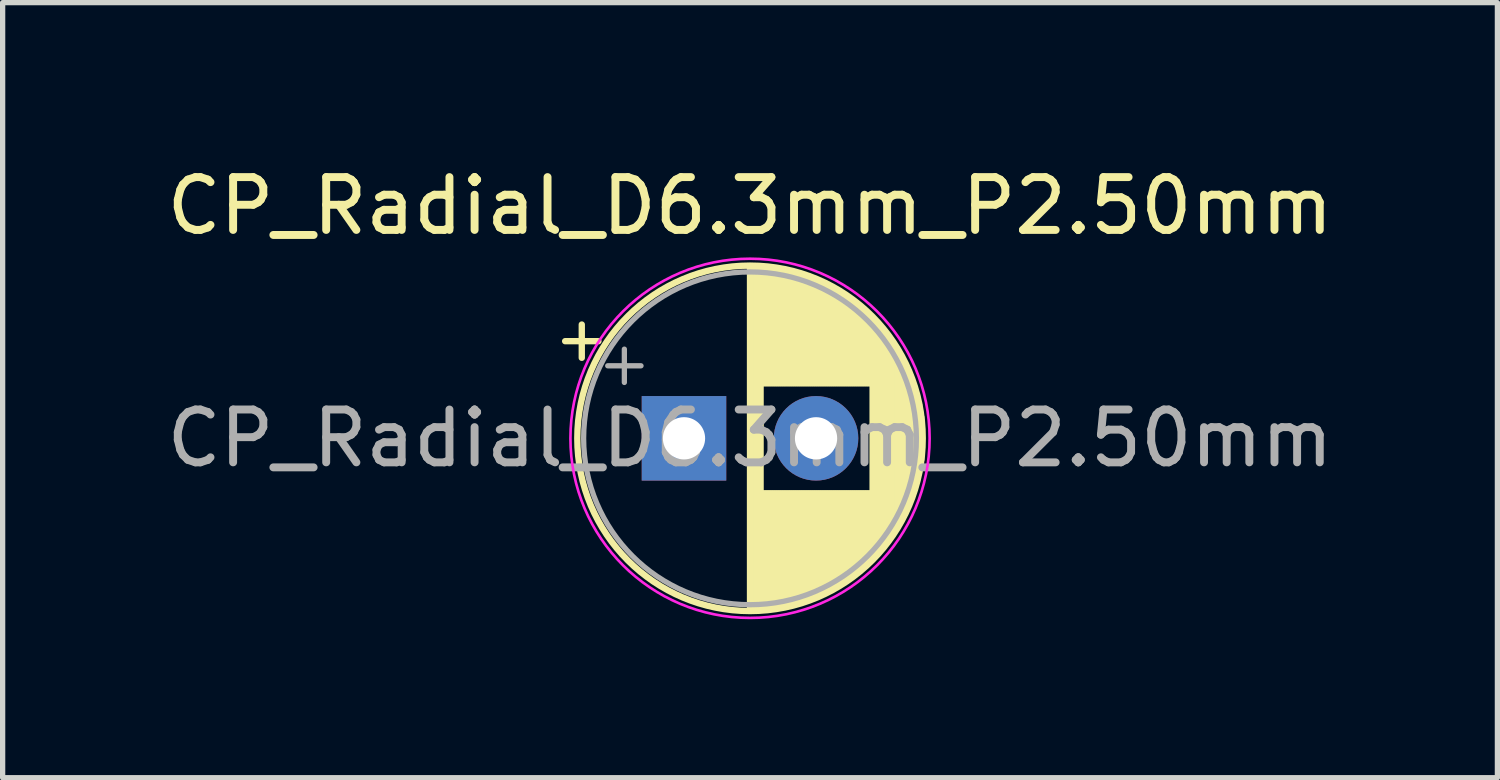
<source format=kicad_pcb>
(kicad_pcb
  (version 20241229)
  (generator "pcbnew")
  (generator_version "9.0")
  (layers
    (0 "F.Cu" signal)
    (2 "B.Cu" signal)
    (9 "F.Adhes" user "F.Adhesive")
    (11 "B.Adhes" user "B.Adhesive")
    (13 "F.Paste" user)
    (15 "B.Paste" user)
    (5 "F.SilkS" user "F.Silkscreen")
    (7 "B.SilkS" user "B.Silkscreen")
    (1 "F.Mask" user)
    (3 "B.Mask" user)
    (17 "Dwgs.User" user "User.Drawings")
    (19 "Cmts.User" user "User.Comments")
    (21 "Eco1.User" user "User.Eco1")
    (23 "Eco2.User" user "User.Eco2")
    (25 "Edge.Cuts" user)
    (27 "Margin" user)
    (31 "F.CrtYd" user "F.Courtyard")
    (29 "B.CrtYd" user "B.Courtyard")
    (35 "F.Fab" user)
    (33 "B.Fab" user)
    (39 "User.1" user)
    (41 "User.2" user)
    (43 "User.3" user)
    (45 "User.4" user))
  (footprint "CP_Radial_D6.3mm_P2.50mm"
    (layer "F.Cu")
    (at 9.899 5.248)
    (property "Reference" "CP_Radial_D6.3mm_P2.50mm" (at 1.25 -4.4 180) (layer "F.SilkS") (effects (font (size 1 1) (thickness 0.15))))
    (attr through_hole)
    (fp_line (start -2.25 -1.839) (end -1.62 -1.839) (stroke (width 0.12) (type solid)) (layer "F.SilkS"))
    (fp_line (start -1.935 -2.154) (end -1.935 -1.524) (stroke (width 0.12) (type solid)) (layer "F.SilkS"))
    (fp_line (start 1.25 -3.23) (end 1.25 3.23) (stroke (width 0.12) (type solid)) (layer "F.SilkS"))
    (fp_line (start 1.29 -3.23) (end 1.29 3.23) (stroke (width 0.12) (type solid)) (layer "F.SilkS"))
    (fp_line (start 1.33 -3.23) (end 1.33 3.23) (stroke (width 0.12) (type solid)) (layer "F.SilkS"))
    (fp_line (start 1.37 -3.228) (end 1.37 3.228) (stroke (width 0.12) (type solid)) (layer "F.SilkS"))
    (fp_line (start 1.41 -3.227) (end 1.41 3.227) (stroke (width 0.12) (type solid)) (layer "F.SilkS"))
    (fp_line (start 1.45 -3.224) (end 1.45 3.224) (stroke (width 0.12) (type solid)) (layer "F.SilkS"))
    (fp_line (start 1.49 -3.222) (end 1.49 -1.04) (stroke (width 0.12) (type solid)) (layer "F.SilkS"))
    (fp_line (start 1.49 1.04) (end 1.49 3.222) (stroke (width 0.12) (type solid)) (layer "F.SilkS"))
    (fp_line (start 1.53 -3.218) (end 1.53 -1.04) (stroke (width 0.12) (type solid)) (layer "F.SilkS"))
    (fp_line (start 1.53 1.04) (end 1.53 3.218) (stroke (width 0.12) (type solid)) (layer "F.SilkS"))
    (fp_line (start 1.57 -3.215) (end 1.57 -1.04) (stroke (width 0.12) (type solid)) (layer "F.SilkS"))
    (fp_line (start 1.57 1.04) (end 1.57 3.215) (stroke (width 0.12) (type solid)) (layer "F.SilkS"))
    (fp_line (start 1.61 -3.211) (end 1.61 -1.04) (stroke (width 0.12) (type solid)) (layer "F.SilkS"))
    (fp_line (start 1.61 1.04) (end 1.61 3.211) (stroke (width 0.12) (type solid)) (layer "F.SilkS"))
    (fp_line (start 1.65 -3.206) (end 1.65 -1.04) (stroke (width 0.12) (type solid)) (layer "F.SilkS"))
    (fp_line (start 1.65 1.04) (end 1.65 3.206) (stroke (width 0.12) (type solid)) (layer "F.SilkS"))
    (fp_line (start 1.69 -3.201) (end 1.69 -1.04) (stroke (width 0.12) (type solid)) (layer "F.SilkS"))
    (fp_line (start 1.69 1.04) (end 1.69 3.201) (stroke (width 0.12) (type solid)) (layer "F.SilkS"))
    (fp_line (start 1.73 -3.195) (end 1.73 -1.04) (stroke (width 0.12) (type solid)) (layer "F.SilkS"))
    (fp_line (start 1.73 1.04) (end 1.73 3.195) (stroke (width 0.12) (type solid)) (layer "F.SilkS"))
    (fp_line (start 1.77 -3.189) (end 1.77 -1.04) (stroke (width 0.12) (type solid)) (layer "F.SilkS"))
    (fp_line (start 1.77 1.04) (end 1.77 3.189) (stroke (width 0.12) (type solid)) (layer "F.SilkS"))
    (fp_line (start 1.81 -3.182) (end 1.81 -1.04) (stroke (width 0.12) (type solid)) (layer "F.SilkS"))
    (fp_line (start 1.81 1.04) (end 1.81 3.182) (stroke (width 0.12) (type solid)) (layer "F.SilkS"))
    (fp_line (start 1.85 -3.175) (end 1.85 -1.04) (stroke (width 0.12) (type solid)) (layer "F.SilkS"))
    (fp_line (start 1.85 1.04) (end 1.85 3.175) (stroke (width 0.12) (type solid)) (layer "F.SilkS"))
    (fp_line (start 1.89 -3.167) (end 1.89 -1.04) (stroke (width 0.12) (type solid)) (layer "F.SilkS"))
    (fp_line (start 1.89 1.04) (end 1.89 3.167) (stroke (width 0.12) (type solid)) (layer "F.SilkS"))
    (fp_line (start 1.93 -3.159) (end 1.93 -1.04) (stroke (width 0.12) (type solid)) (layer "F.SilkS"))
    (fp_line (start 1.93 1.04) (end 1.93 3.159) (stroke (width 0.12) (type solid)) (layer "F.SilkS"))
    (fp_line (start 1.971 -3.15) (end 1.971 -1.04) (stroke (width 0.12) (type solid)) (layer "F.SilkS"))
    (fp_line (start 1.971 1.04) (end 1.971 3.15) (stroke (width 0.12) (type solid)) (layer "F.SilkS"))
    (fp_line (start 2.011 -3.141) (end 2.011 -1.04) (stroke (width 0.12) (type solid)) (layer "F.SilkS"))
    (fp_line (start 2.011 1.04) (end 2.011 3.141) (stroke (width 0.12) (type solid)) (layer "F.SilkS"))
    (fp_line (start 2.051 -3.131) (end 2.051 -1.04) (stroke (width 0.12) (type solid)) (layer "F.SilkS"))
    (fp_line (start 2.051 1.04) (end 2.051 3.131) (stroke (width 0.12) (type solid)) (layer "F.SilkS"))
    (fp_line (start 2.091 -3.121) (end 2.091 -1.04) (stroke (width 0.12) (type solid)) (layer "F.SilkS"))
    (fp_line (start 2.091 1.04) (end 2.091 3.121) (stroke (width 0.12) (type solid)) (layer "F.SilkS"))
    (fp_line (start 2.131 -3.11) (end 2.131 -1.04) (stroke (width 0.12) (type solid)) (layer "F.SilkS"))
    (fp_line (start 2.131 1.04) (end 2.131 3.11) (stroke (width 0.12) (type solid)) (layer "F.SilkS"))
    (fp_line (start 2.171 -3.098) (end 2.171 -1.04) (stroke (width 0.12) (type solid)) (layer "F.SilkS"))
    (fp_line (start 2.171 1.04) (end 2.171 3.098) (stroke (width 0.12) (type solid)) (layer "F.SilkS"))
    (fp_line (start 2.211 -3.086) (end 2.211 -1.04) (stroke (width 0.12) (type solid)) (layer "F.SilkS"))
    (fp_line (start 2.211 1.04) (end 2.211 3.086) (stroke (width 0.12) (type solid)) (layer "F.SilkS"))
    (fp_line (start 2.251 -3.074) (end 2.251 -1.04) (stroke (width 0.12) (type solid)) (layer "F.SilkS"))
    (fp_line (start 2.251 1.04) (end 2.251 3.074) (stroke (width 0.12) (type solid)) (layer "F.SilkS"))
    (fp_line (start 2.291 -3.061) (end 2.291 -1.04) (stroke (width 0.12) (type solid)) (layer "F.SilkS"))
    (fp_line (start 2.291 1.04) (end 2.291 3.061) (stroke (width 0.12) (type solid)) (layer "F.SilkS"))
    (fp_line (start 2.331 -3.047) (end 2.331 -1.04) (stroke (width 0.12) (type solid)) (layer "F.SilkS"))
    (fp_line (start 2.331 1.04) (end 2.331 3.047) (stroke (width 0.12) (type solid)) (layer "F.SilkS"))
    (fp_line (start 2.371 -3.033) (end 2.371 -1.04) (stroke (width 0.12) (type solid)) (layer "F.SilkS"))
    (fp_line (start 2.371 1.04) (end 2.371 3.033) (stroke (width 0.12) (type solid)) (layer "F.SilkS"))
    (fp_line (start 2.411 -3.018) (end 2.411 -1.04) (stroke (width 0.12) (type solid)) (layer "F.SilkS"))
    (fp_line (start 2.411 1.04) (end 2.411 3.018) (stroke (width 0.12) (type solid)) (layer "F.SilkS"))
    (fp_line (start 2.451 -3.002) (end 2.451 -1.04) (stroke (width 0.12) (type solid)) (layer "F.SilkS"))
    (fp_line (start 2.451 1.04) (end 2.451 3.002) (stroke (width 0.12) (type solid)) (layer "F.SilkS"))
    (fp_line (start 2.491 -2.986) (end 2.491 -1.04) (stroke (width 0.12) (type solid)) (layer "F.SilkS"))
    (fp_line (start 2.491 1.04) (end 2.491 2.986) (stroke (width 0.12) (type solid)) (layer "F.SilkS"))
    (fp_line (start 2.531 -2.97) (end 2.531 -1.04) (stroke (width 0.12) (type solid)) (layer "F.SilkS"))
    (fp_line (start 2.531 1.04) (end 2.531 2.97) (stroke (width 0.12) (type solid)) (layer "F.SilkS"))
    (fp_line (start 2.571 -2.952) (end 2.571 -1.04) (stroke (width 0.12) (type solid)) (layer "F.SilkS"))
    (fp_line (start 2.571 1.04) (end 2.571 2.952) (stroke (width 0.12) (type solid)) (layer "F.SilkS"))
    (fp_line (start 2.611 -2.934) (end 2.611 -1.04) (stroke (width 0.12) (type solid)) (layer "F.SilkS"))
    (fp_line (start 2.611 1.04) (end 2.611 2.934) (stroke (width 0.12) (type solid)) (layer "F.SilkS"))
    (fp_line (start 2.651 -2.916) (end 2.651 -1.04) (stroke (width 0.12) (type solid)) (layer "F.SilkS"))
    (fp_line (start 2.651 1.04) (end 2.651 2.916) (stroke (width 0.12) (type solid)) (layer "F.SilkS"))
    (fp_line (start 2.691 -2.896) (end 2.691 -1.04) (stroke (width 0.12) (type solid)) (layer "F.SilkS"))
    (fp_line (start 2.691 1.04) (end 2.691 2.896) (stroke (width 0.12) (type solid)) (layer "F.SilkS"))
    (fp_line (start 2.731 -2.876) (end 2.731 -1.04) (stroke (width 0.12) (type solid)) (layer "F.SilkS"))
    (fp_line (start 2.731 1.04) (end 2.731 2.876) (stroke (width 0.12) (type solid)) (layer "F.SilkS"))
    (fp_line (start 2.771 -2.856) (end 2.771 -1.04) (stroke (width 0.12) (type solid)) (layer "F.SilkS"))
    (fp_line (start 2.771 1.04) (end 2.771 2.856) (stroke (width 0.12) (type solid)) (layer "F.SilkS"))
    (fp_line (start 2.811 -2.834) (end 2.811 -1.04) (stroke (width 0.12) (type solid)) (layer "F.SilkS"))
    (fp_line (start 2.811 1.04) (end 2.811 2.834) (stroke (width 0.12) (type solid)) (layer "F.SilkS"))
    (fp_line (start 2.851 -2.812) (end 2.851 -1.04) (stroke (width 0.12) (type solid)) (layer "F.SilkS"))
    (fp_line (start 2.851 1.04) (end 2.851 2.812) (stroke (width 0.12) (type solid)) (layer "F.SilkS"))
    (fp_line (start 2.891 -2.79) (end 2.891 -1.04) (stroke (width 0.12) (type solid)) (layer "F.SilkS"))
    (fp_line (start 2.891 1.04) (end 2.891 2.79) (stroke (width 0.12) (type solid)) (layer "F.SilkS"))
    (fp_line (start 2.931 -2.766) (end 2.931 -1.04) (stroke (width 0.12) (type solid)) (layer "F.SilkS"))
    (fp_line (start 2.931 1.04) (end 2.931 2.766) (stroke (width 0.12) (type solid)) (layer "F.SilkS"))
    (fp_line (start 2.971 -2.742) (end 2.971 -1.04) (stroke (width 0.12) (type solid)) (layer "F.SilkS"))
    (fp_line (start 2.971 1.04) (end 2.971 2.742) (stroke (width 0.12) (type solid)) (layer "F.SilkS"))
    (fp_line (start 3.011 -2.716) (end 3.011 -1.04) (stroke (width 0.12) (type solid)) (layer "F.SilkS"))
    (fp_line (start 3.011 1.04) (end 3.011 2.716) (stroke (width 0.12) (type solid)) (layer "F.SilkS"))
    (fp_line (start 3.051 -2.69) (end 3.051 -1.04) (stroke (width 0.12) (type solid)) (layer "F.SilkS"))
    (fp_line (start 3.051 1.04) (end 3.051 2.69) (stroke (width 0.12) (type solid)) (layer "F.SilkS"))
    (fp_line (start 3.091 -2.664) (end 3.091 -1.04) (stroke (width 0.12) (type solid)) (layer "F.SilkS"))
    (fp_line (start 3.091 1.04) (end 3.091 2.664) (stroke (width 0.12) (type solid)) (layer "F.SilkS"))
    (fp_line (start 3.131 -2.636) (end 3.131 -1.04) (stroke (width 0.12) (type solid)) (layer "F.SilkS"))
    (fp_line (start 3.131 1.04) (end 3.131 2.636) (stroke (width 0.12) (type solid)) (layer "F.SilkS"))
    (fp_line (start 3.171 -2.607) (end 3.171 -1.04) (stroke (width 0.12) (type solid)) (layer "F.SilkS"))
    (fp_line (start 3.171 1.04) (end 3.171 2.607) (stroke (width 0.12) (type solid)) (layer "F.SilkS"))
    (fp_line (start 3.211 -2.578) (end 3.211 -1.04) (stroke (width 0.12) (type solid)) (layer "F.SilkS"))
    (fp_line (start 3.211 1.04) (end 3.211 2.578) (stroke (width 0.12) (type solid)) (layer "F.SilkS"))
    (fp_line (start 3.251 -2.548) (end 3.251 -1.04) (stroke (width 0.12) (type solid)) (layer "F.SilkS"))
    (fp_line (start 3.251 1.04) (end 3.251 2.548) (stroke (width 0.12) (type solid)) (layer "F.SilkS"))
    (fp_line (start 3.291 -2.516) (end 3.291 -1.04) (stroke (width 0.12) (type solid)) (layer "F.SilkS"))
    (fp_line (start 3.291 1.04) (end 3.291 2.516) (stroke (width 0.12) (type solid)) (layer "F.SilkS"))
    (fp_line (start 3.331 -2.484) (end 3.331 -1.04) (stroke (width 0.12) (type solid)) (layer "F.SilkS"))
    (fp_line (start 3.331 1.04) (end 3.331 2.484) (stroke (width 0.12) (type solid)) (layer "F.SilkS"))
    (fp_line (start 3.371 -2.45) (end 3.371 -1.04) (stroke (width 0.12) (type solid)) (layer "F.SilkS"))
    (fp_line (start 3.371 1.04) (end 3.371 2.45) (stroke (width 0.12) (type solid)) (layer "F.SilkS"))
    (fp_line (start 3.411 -2.416) (end 3.411 -1.04) (stroke (width 0.12) (type solid)) (layer "F.SilkS"))
    (fp_line (start 3.411 1.04) (end 3.411 2.416) (stroke (width 0.12) (type solid)) (layer "F.SilkS"))
    (fp_line (start 3.451 -2.38) (end 3.451 -1.04) (stroke (width 0.12) (type solid)) (layer "F.SilkS"))
    (fp_line (start 3.451 1.04) (end 3.451 2.38) (stroke (width 0.12) (type solid)) (layer "F.SilkS"))
    (fp_line (start 3.491 -2.343) (end 3.491 -1.04) (stroke (width 0.12) (type solid)) (layer "F.SilkS"))
    (fp_line (start 3.491 1.04) (end 3.491 2.343) (stroke (width 0.12) (type solid)) (layer "F.SilkS"))
    (fp_line (start 3.531 -2.305) (end 3.531 -1.04) (stroke (width 0.12) (type solid)) (layer "F.SilkS"))
    (fp_line (start 3.531 1.04) (end 3.531 2.305) (stroke (width 0.12) (type solid)) (layer "F.SilkS"))
    (fp_line (start 3.571 -2.265) (end 3.571 2.265) (stroke (width 0.12) (type solid)) (layer "F.SilkS"))
    (fp_line (start 3.611 -2.224) (end 3.611 2.224) (stroke (width 0.12) (type solid)) (layer "F.SilkS"))
    (fp_line (start 3.651 -2.182) (end 3.651 2.182) (stroke (width 0.12) (type solid)) (layer "F.SilkS"))
    (fp_line (start 3.691 -2.137) (end 3.691 2.137) (stroke (width 0.12) (type solid)) (layer "F.SilkS"))
    (fp_line (start 3.731 -2.092) (end 3.731 2.092) (stroke (width 0.12) (type solid)) (layer "F.SilkS"))
    (fp_line (start 3.771 -2.044) (end 3.771 2.044) (stroke (width 0.12) (type solid)) (layer "F.SilkS"))
    (fp_line (start 3.811 -1.995) (end 3.811 1.995) (stroke (width 0.12) (type solid)) (layer "F.SilkS"))
    (fp_line (start 3.851 -1.944) (end 3.851 1.944) (stroke (width 0.12) (type solid)) (layer "F.SilkS"))
    (fp_line (start 3.891 -1.89) (end 3.891 1.89) (stroke (width 0.12) (type solid)) (layer "F.SilkS"))
    (fp_line (start 3.931 -1.834) (end 3.931 1.834) (stroke (width 0.12) (type solid)) (layer "F.SilkS"))
    (fp_line (start 3.971 -1.776) (end 3.971 1.776) (stroke (width 0.12) (type solid)) (layer "F.SilkS"))
    (fp_line (start 4.011 -1.714) (end 4.011 1.714) (stroke (width 0.12) (type solid)) (layer "F.SilkS"))
    (fp_line (start 4.051 -1.65) (end 4.051 1.65) (stroke (width 0.12) (type solid)) (layer "F.SilkS"))
    (fp_line (start 4.091 -1.581) (end 4.091 1.581) (stroke (width 0.12) (type solid)) (layer "F.SilkS"))
    (fp_line (start 4.131 -1.509) (end 4.131 1.509) (stroke (width 0.12) (type solid)) (layer "F.SilkS"))
    (fp_line (start 4.171 -1.432) (end 4.171 1.432) (stroke (width 0.12) (type solid)) (layer "F.SilkS"))
    (fp_line (start 4.211 -1.35) (end 4.211 1.35) (stroke (width 0.12) (type solid)) (layer "F.SilkS"))
    (fp_line (start 4.251 -1.262) (end 4.251 1.262) (stroke (width 0.12) (type solid)) (layer "F.SilkS"))
    (fp_line (start 4.291 -1.165) (end 4.291 1.165) (stroke (width 0.12) (type solid)) (layer "F.SilkS"))
    (fp_line (start 4.331 -1.059) (end 4.331 1.059) (stroke (width 0.12) (type solid)) (layer "F.SilkS"))
    (fp_line (start 4.371 -0.94) (end 4.371 0.94) (stroke (width 0.12) (type solid)) (layer "F.SilkS"))
    (fp_line (start 4.411 -0.802) (end 4.411 0.802) (stroke (width 0.12) (type solid)) (layer "F.SilkS"))
    (fp_line (start 4.451 -0.633) (end 4.451 0.633) (stroke (width 0.12) (type solid)) (layer "F.SilkS"))
    (fp_line (start 4.491 -0.402) (end 4.491 0.402) (stroke (width 0.12) (type solid)) (layer "F.SilkS"))
    (fp_circle (center 1.25 0) (end 4.52 0) (stroke (width 0.12) (type solid)) (fill no) (layer "F.SilkS"))
    (fp_circle (center 1.25 0) (end 4.65 0) (stroke (width 0.05) (type solid)) (fill no) (layer "F.CrtYd"))
    (fp_line (start -1.444 -1.373) (end -0.814 -1.373) (stroke (width 0.1) (type solid)) (layer "F.Fab"))
    (fp_line (start -1.129 -1.688) (end -1.129 -1.058) (stroke (width 0.1) (type solid)) (layer "F.Fab"))
    (fp_circle (center 1.25 0) (end 4.4 0) (stroke (width 0.1) (type solid)) (fill no) (layer "F.Fab"))
    (fp_text user "${REFERENCE}" (at 1.25 0 180) (layer "F.Fab") (effects (font (size 1 1) (thickness 0.15))))
    (pad "1" thru_hole rect (at 0 0) (size 1.6 1.6) (drill 0.8) (layers "*.Cu" "*.Mask"))
    (pad "2" thru_hole circle (at 2.5 0) (size 1.6 1.6) (drill 0.8) (layers "*.Cu" "*.Mask")))
  (gr_rect
    (start -3 -3)
    (end 25.298 11.673)
    (stroke (width 0.1) (type default))
    (fill no)
    (layer "Edge.Cuts")))
</source>
